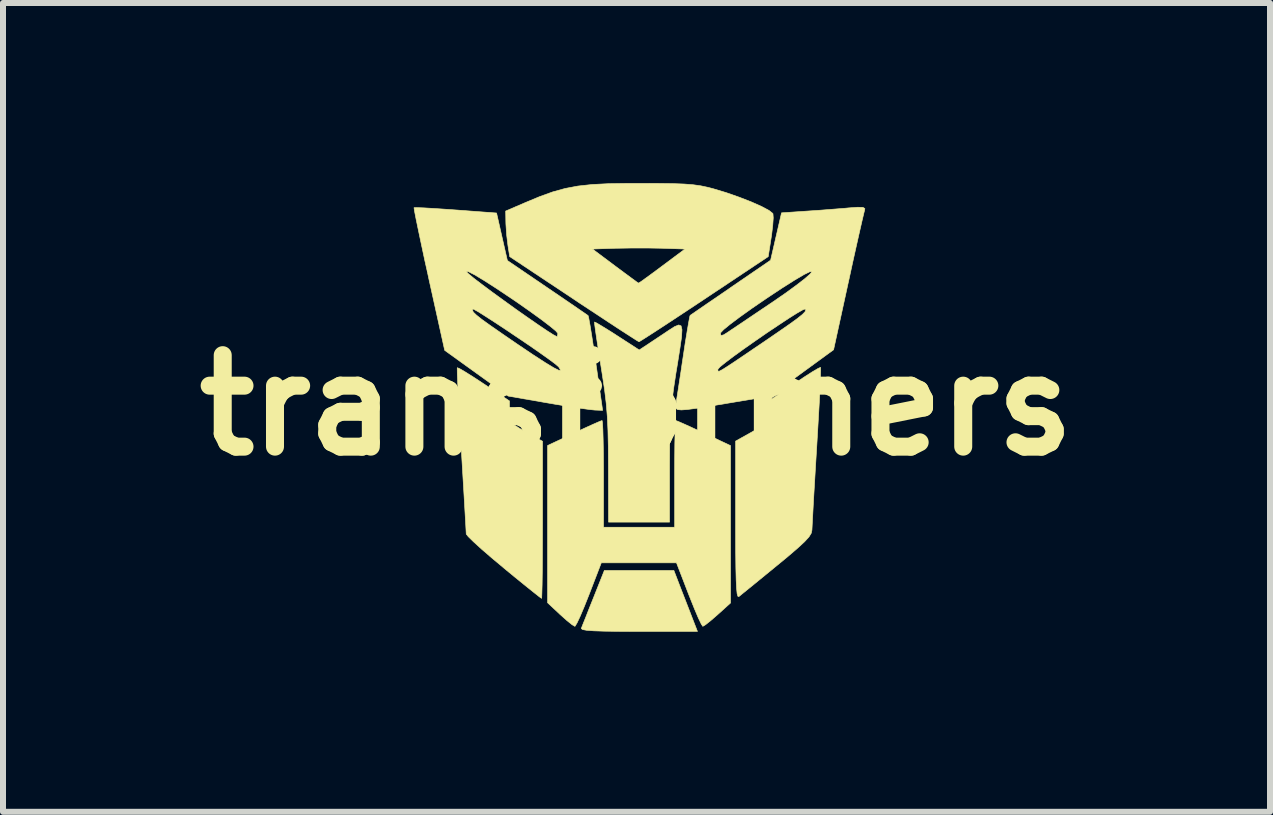
<source format=kicad_pcb>
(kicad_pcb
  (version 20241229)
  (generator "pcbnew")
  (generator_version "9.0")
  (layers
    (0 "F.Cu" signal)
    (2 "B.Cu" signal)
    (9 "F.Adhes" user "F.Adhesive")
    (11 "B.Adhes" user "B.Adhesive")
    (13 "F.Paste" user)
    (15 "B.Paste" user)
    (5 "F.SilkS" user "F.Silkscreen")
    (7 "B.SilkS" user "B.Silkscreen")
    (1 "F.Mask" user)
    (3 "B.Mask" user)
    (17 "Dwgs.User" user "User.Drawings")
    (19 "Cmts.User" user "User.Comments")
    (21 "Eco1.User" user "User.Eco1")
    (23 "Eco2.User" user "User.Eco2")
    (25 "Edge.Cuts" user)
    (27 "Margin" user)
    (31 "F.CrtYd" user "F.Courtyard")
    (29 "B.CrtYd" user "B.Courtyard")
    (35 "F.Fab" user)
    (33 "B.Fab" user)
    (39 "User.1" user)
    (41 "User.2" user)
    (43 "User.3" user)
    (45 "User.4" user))
  (footprint "transformers"
    (layer "F.Cu")
    (at 7.555 3.702)
    (property "Reference" "transformers" (at 0 0 0) (layer "F.SilkS") (effects (font (size 1.524 1.524) (thickness 0.3))))
    (attr through_hole)
    (fp_poly (pts (xy 0.74 3.059) (xy 0.811 3.241) (xy 0.882 3.424) (xy 0.937 3.567) (xy 1.015 3.768) (xy 0.037 3.768) (xy -0.287 3.767) (xy -0.535 3.764) (xy -0.714 3.758) (xy -0.832 3.749) (xy -0.898 3.737) (xy -0.92 3.72) (xy -0.919 3.715) (xy -0.896 3.656) (xy -0.848 3.537) (xy -0.784 3.374) (xy -0.717 3.207) (xy -0.536 2.752) (xy 0.622 2.752) (xy 0.74 3.059)) (stroke (width 0.01) (type solid)) (fill yes) (layer "F.SilkS"))
    (fp_poly (pts (xy -0.663 -1.37) (xy -0.571 -1.315) (xy -0.438 -1.233) (xy -0.323 -1.159) (xy 0.045 -0.921) (xy 0.404 -1.159) (xy 0.537 -1.248) (xy 0.635 -1.311) (xy 0.703 -1.338) (xy 0.742 -1.323) (xy 0.757 -1.259) (xy 0.75 -1.136) (xy 0.723 -0.949) (xy 0.682 -0.689) (xy 0.656 -0.533) (xy 0.618 -0.282) (xy 0.59 -0.059) (xy 0.571 0.158) (xy 0.559 0.392) (xy 0.552 0.663) (xy 0.55 0.996) (xy 0.55 1.035) (xy 0.55 1.947) (xy -0.466 1.947) (xy -0.468 1.027) (xy -0.47 0.692) (xy -0.476 0.419) (xy -0.487 0.186) (xy -0.505 -0.032) (xy -0.532 -0.256) (xy -0.57 -0.508) (xy -0.59 -0.635) (xy -0.628 -0.874) (xy -0.66 -1.083) (xy -0.684 -1.246) (xy -0.698 -1.352) (xy -0.7 -1.387) (xy -0.663 -1.37)) (stroke (width 0.01) (type solid)) (fill yes) (layer "F.SilkS"))
    (fp_poly (pts (xy -2.947 -0.61) (xy -2.853 -0.555) (xy -2.716 -0.469) (xy -2.552 -0.361) (xy -2.544 -0.356) (xy -2.117 -0.072) (xy -2.117 0.11) (xy -2.114 0.205) (xy -2.094 0.27) (xy -2.042 0.325) (xy -1.942 0.389) (xy -1.841 0.446) (xy -1.566 0.6) (xy -1.566 1.909) (xy -1.567 2.232) (xy -1.568 2.526) (xy -1.57 2.781) (xy -1.573 2.986) (xy -1.577 3.132) (xy -1.58 3.209) (xy -1.582 3.217) (xy -1.618 3.192) (xy -1.709 3.12) (xy -1.845 3.011) (xy -2.014 2.874) (xy -2.207 2.715) (xy -2.217 2.706) (xy -2.411 2.544) (xy -2.58 2.398) (xy -2.714 2.276) (xy -2.803 2.189) (xy -2.837 2.146) (xy -2.837 2.146) (xy -2.84 2.092) (xy -2.847 1.965) (xy -2.858 1.775) (xy -2.872 1.531) (xy -2.889 1.245) (xy -2.908 0.926) (xy -2.919 0.742) (xy -2.939 0.412) (xy -2.955 0.111) (xy -2.969 -0.152) (xy -2.979 -0.367) (xy -2.986 -0.523) (xy -2.987 -0.611) (xy -2.986 -0.626) (xy -2.947 -0.61)) (stroke (width 0.01) (type solid)) (fill yes) (layer "F.SilkS"))
    (fp_poly (pts (xy 3.066 -0.631) (xy 3.067 -0.586) (xy 3.064 -0.467) (xy 3.056 -0.284) (xy 3.045 -0.048) (xy 3.029 0.23) (xy 3.011 0.541) (xy 3.003 0.677) (xy 2.983 1.005) (xy 2.965 1.309) (xy 2.949 1.578) (xy 2.937 1.802) (xy 2.928 1.968) (xy 2.923 2.065) (xy 2.922 2.081) (xy 2.911 2.131) (xy 2.873 2.193) (xy 2.8 2.273) (xy 2.683 2.381) (xy 2.514 2.526) (xy 2.339 2.67) (xy 2.147 2.827) (xy 1.976 2.967) (xy 1.837 3.08) (xy 1.742 3.157) (xy 1.704 3.188) (xy 1.689 3.183) (xy 1.676 3.14) (xy 1.667 3.051) (xy 1.66 2.91) (xy 1.655 2.707) (xy 1.652 2.438) (xy 1.651 2.095) (xy 1.651 1.912) (xy 1.651 0.597) (xy 1.926 0.443) (xy 2.067 0.362) (xy 2.149 0.303) (xy 2.188 0.247) (xy 2.2 0.174) (xy 2.201 0.11) (xy 2.201 -0.069) (xy 2.625 -0.358) (xy 2.79 -0.468) (xy 2.927 -0.556) (xy 3.024 -0.613) (xy 3.065 -0.631) (xy 3.066 -0.631)) (stroke (width 0.01) (type solid)) (fill yes) (layer "F.SilkS"))
    (fp_poly (pts (xy 0.698 0.271) (xy 0.803 0.317) (xy 0.952 0.385) (xy 1.12 0.463) (xy 1.566 0.672) (xy 1.566 3.294) (xy 1.35 3.489) (xy 1.238 3.586) (xy 1.15 3.656) (xy 1.105 3.683) (xy 1.104 3.683) (xy 1.079 3.646) (xy 1.03 3.544) (xy 0.965 3.391) (xy 0.89 3.204) (xy 0.87 3.154) (xy 0.666 2.625) (xy -0.587 2.625) (xy -0.791 3.154) (xy -0.868 3.348) (xy -0.937 3.511) (xy -0.991 3.626) (xy -1.024 3.681) (xy -1.028 3.683) (xy -1.074 3.656) (xy -1.162 3.585) (xy -1.272 3.487) (xy -1.482 3.29) (xy -1.482 0.671) (xy -1.039 0.463) (xy -0.863 0.38) (xy -0.715 0.313) (xy -0.614 0.269) (xy -0.574 0.254) (xy -0.567 0.294) (xy -0.561 0.407) (xy -0.556 0.579) (xy -0.552 0.799) (xy -0.55 1.055) (xy -0.55 1.143) (xy -0.55 2.032) (xy 0.635 2.032) (xy 0.635 1.143) (xy 0.636 0.879) (xy 0.638 0.646) (xy 0.642 0.457) (xy 0.647 0.323) (xy 0.652 0.258) (xy 0.654 0.254) (xy 0.698 0.271)) (stroke (width 0.01) (type solid)) (fill yes) (layer "F.SilkS"))
    (fp_poly (pts (xy 0.357 -3.696) (xy 0.602 -3.693) (xy 0.793 -3.686) (xy 0.944 -3.674) (xy 1.071 -3.656) (xy 1.189 -3.631) (xy 1.277 -3.608) (xy 1.493 -3.543) (xy 1.71 -3.467) (xy 1.913 -3.388) (xy 2.084 -3.312) (xy 2.209 -3.245) (xy 2.271 -3.195) (xy 2.273 -3.19) (xy 2.278 -3.121) (xy 2.269 -2.995) (xy 2.25 -2.835) (xy 2.245 -2.803) (xy 2.194 -2.477) (xy 1.128 -1.767) (xy 0.861 -1.59) (xy 0.617 -1.429) (xy 0.405 -1.29) (xy 0.234 -1.179) (xy 0.112 -1.101) (xy 0.049 -1.062) (xy 0.041 -1.058) (xy 0.002 -1.081) (xy -0.098 -1.145) (xy -0.252 -1.244) (xy -0.449 -1.373) (xy -0.682 -1.527) (xy -0.942 -1.698) (xy -1.046 -1.768) (xy -2.113 -2.477) (xy -2.133 -2.603) (xy -0.734 -2.603) (xy -0.356 -2.32) (xy -0.204 -2.207) (xy -0.079 -2.115) (xy 0.004 -2.054) (xy 0.032 -2.035) (xy 0.069 -2.057) (xy 0.158 -2.121) (xy 0.288 -2.216) (xy 0.425 -2.318) (xy 0.807 -2.603) (xy 0.425 -2.616) (xy 0.189 -2.62) (xy -0.078 -2.62) (xy -0.322 -2.616) (xy -0.346 -2.616) (xy -0.734 -2.603) (xy -2.133 -2.603) (xy -2.143 -2.667) (xy -2.164 -2.839) (xy -2.176 -3.017) (xy -2.177 -3.047) (xy -2.18 -3.236) (xy -1.857 -3.375) (xy -1.612 -3.477) (xy -1.396 -3.555) (xy -1.19 -3.612) (xy -0.978 -3.652) (xy -0.742 -3.678) (xy -0.464 -3.692) (xy -0.126 -3.697) (xy 0.042 -3.697) (xy 0.357 -3.696)) (stroke (width 0.01) (type solid)) (fill yes) (layer "F.SilkS"))
    (fp_poly (pts (xy -3.549 -3.289) (xy -3.379 -3.279) (xy -3.168 -3.265) (xy -3.013 -3.254) (xy -2.332 -3.203) (xy -2.242 -2.807) (xy -2.152 -2.412) (xy -1.489 -1.961) (xy -1.28 -1.819) (xy -1.097 -1.694) (xy -0.95 -1.593) (xy -0.849 -1.524) (xy -0.808 -1.495) (xy -0.807 -1.495) (xy -0.796 -1.451) (xy -0.775 -1.336) (xy -0.747 -1.163) (xy -0.714 -0.947) (xy -0.678 -0.7) (xy -0.677 -0.698) (xy -0.565 0.085) (xy -0.695 0.08) (xy -0.782 0.071) (xy -0.933 0.05) (xy -1.132 0.02) (xy -1.36 -0.018) (xy -1.482 -0.039) (xy -2.138 -0.153) (xy -2.667 -0.534) (xy -3.196 -0.915) (xy -3.344 -1.583) (xy -2.735 -1.583) (xy -2.717 -1.55) (xy -2.666 -1.501) (xy -2.574 -1.428) (xy -2.433 -1.327) (xy -2.236 -1.19) (xy -1.993 -1.023) (xy -1.724 -0.842) (xy -1.52 -0.71) (xy -1.378 -0.624) (xy -1.294 -0.582) (xy -1.266 -0.584) (xy -1.289 -0.628) (xy -1.303 -0.645) (xy -1.354 -0.689) (xy -1.459 -0.767) (xy -1.605 -0.871) (xy -1.779 -0.992) (xy -1.97 -1.121) (xy -2.163 -1.251) (xy -2.346 -1.372) (xy -2.507 -1.476) (xy -2.632 -1.555) (xy -2.709 -1.598) (xy -2.728 -1.604) (xy -2.735 -1.583) (xy -3.344 -1.583) (xy -3.458 -2.097) (xy -3.486 -2.228) (xy -2.836 -2.228) (xy -2.803 -2.193) (xy -2.713 -2.118) (xy -2.577 -2.014) (xy -2.408 -1.888) (xy -2.218 -1.75) (xy -2.02 -1.607) (xy -1.825 -1.47) (xy -1.646 -1.346) (xy -1.495 -1.244) (xy -1.385 -1.174) (xy -1.327 -1.144) (xy -1.323 -1.143) (xy -1.313 -1.177) (xy -1.312 -1.199) (xy -1.346 -1.239) (xy -1.44 -1.317) (xy -1.584 -1.427) (xy -1.769 -1.561) (xy -1.983 -1.711) (xy -2.074 -1.773) (xy -2.334 -1.947) (xy -2.545 -2.082) (xy -2.702 -2.176) (xy -2.801 -2.226) (xy -2.836 -2.228) (xy -2.836 -2.228) (xy -3.486 -2.228) (xy -3.525 -2.401) (xy -3.584 -2.677) (xy -3.634 -2.914) (xy -3.673 -3.102) (xy -3.698 -3.231) (xy -3.707 -3.29) (xy -3.707 -3.292) (xy -3.663 -3.293) (xy -3.549 -3.289)) (stroke (width 0.01) (type solid)) (fill yes) (layer "F.SilkS"))
    (fp_poly (pts (xy 3.772 -3.297) (xy 3.804 -3.278) (xy 3.801 -3.255) (xy 3.787 -3.2) (xy 3.757 -3.073) (xy 3.714 -2.885) (xy 3.661 -2.65) (xy 3.6 -2.376) (xy 3.535 -2.077) (xy 3.531 -2.06) (xy 3.283 -0.925) (xy 2.753 -0.538) (xy 2.223 -0.152) (xy 1.524 -0.035) (xy 1.23 0.014) (xy 1.009 0.049) (xy 0.851 0.07) (xy 0.747 0.078) (xy 0.685 0.072) (xy 0.656 0.052) (xy 0.651 0.019) (xy 0.657 -0.027) (xy 0.658 -0.032) (xy 0.671 -0.113) (xy 0.694 -0.26) (xy 0.724 -0.457) (xy 0.743 -0.579) (xy 1.355 -0.579) (xy 1.36 -0.567) (xy 1.379 -0.568) (xy 1.421 -0.589) (xy 1.494 -0.634) (xy 1.607 -0.708) (xy 1.769 -0.817) (xy 1.988 -0.966) (xy 2.117 -1.053) (xy 2.365 -1.223) (xy 2.551 -1.352) (xy 2.682 -1.447) (xy 2.765 -1.514) (xy 2.808 -1.559) (xy 2.82 -1.589) (xy 2.812 -1.605) (xy 2.771 -1.591) (xy 2.673 -1.535) (xy 2.533 -1.447) (xy 2.362 -1.334) (xy 2.172 -1.207) (xy 1.977 -1.072) (xy 1.789 -0.94) (xy 1.62 -0.818) (xy 1.484 -0.715) (xy 1.391 -0.64) (xy 1.356 -0.601) (xy 1.356 -0.601) (xy 1.355 -0.579) (xy 0.743 -0.579) (xy 0.758 -0.684) (xy 0.778 -0.816) (xy 0.812 -1.043) (xy 0.838 -1.2) (xy 1.397 -1.2) (xy 1.407 -1.162) (xy 1.451 -1.173) (xy 1.515 -1.213) (xy 1.587 -1.262) (xy 1.716 -1.348) (xy 1.888 -1.464) (xy 2.088 -1.599) (xy 2.277 -1.726) (xy 2.484 -1.869) (xy 2.662 -1.999) (xy 2.802 -2.107) (xy 2.892 -2.186) (xy 2.921 -2.225) (xy 2.887 -2.225) (xy 2.789 -2.177) (xy 2.63 -2.083) (xy 2.412 -1.945) (xy 2.159 -1.777) (xy 1.924 -1.616) (xy 1.721 -1.471) (xy 1.56 -1.35) (xy 1.45 -1.26) (xy 1.399 -1.206) (xy 1.397 -1.2) (xy 0.838 -1.2) (xy 0.844 -1.239) (xy 0.87 -1.389) (xy 0.887 -1.478) (xy 0.893 -1.497) (xy 0.932 -1.524) (xy 1.029 -1.591) (xy 1.174 -1.691) (xy 1.356 -1.815) (xy 1.563 -1.957) (xy 1.572 -1.964) (xy 2.234 -2.417) (xy 2.325 -2.812) (xy 2.416 -3.206) (xy 2.827 -3.234) (xy 3.049 -3.249) (xy 3.28 -3.267) (xy 3.48 -3.283) (xy 3.531 -3.288) (xy 3.686 -3.299) (xy 3.772 -3.297)) (stroke (width 0.01) (type solid)) (fill yes) (layer "F.SilkS")))
  (gr_rect
    (start -3 -3)
    (end 18.109 10.475)
    (stroke (width 0.1) (type default))
    (fill no)
    (layer "Edge.Cuts")))
</source>
